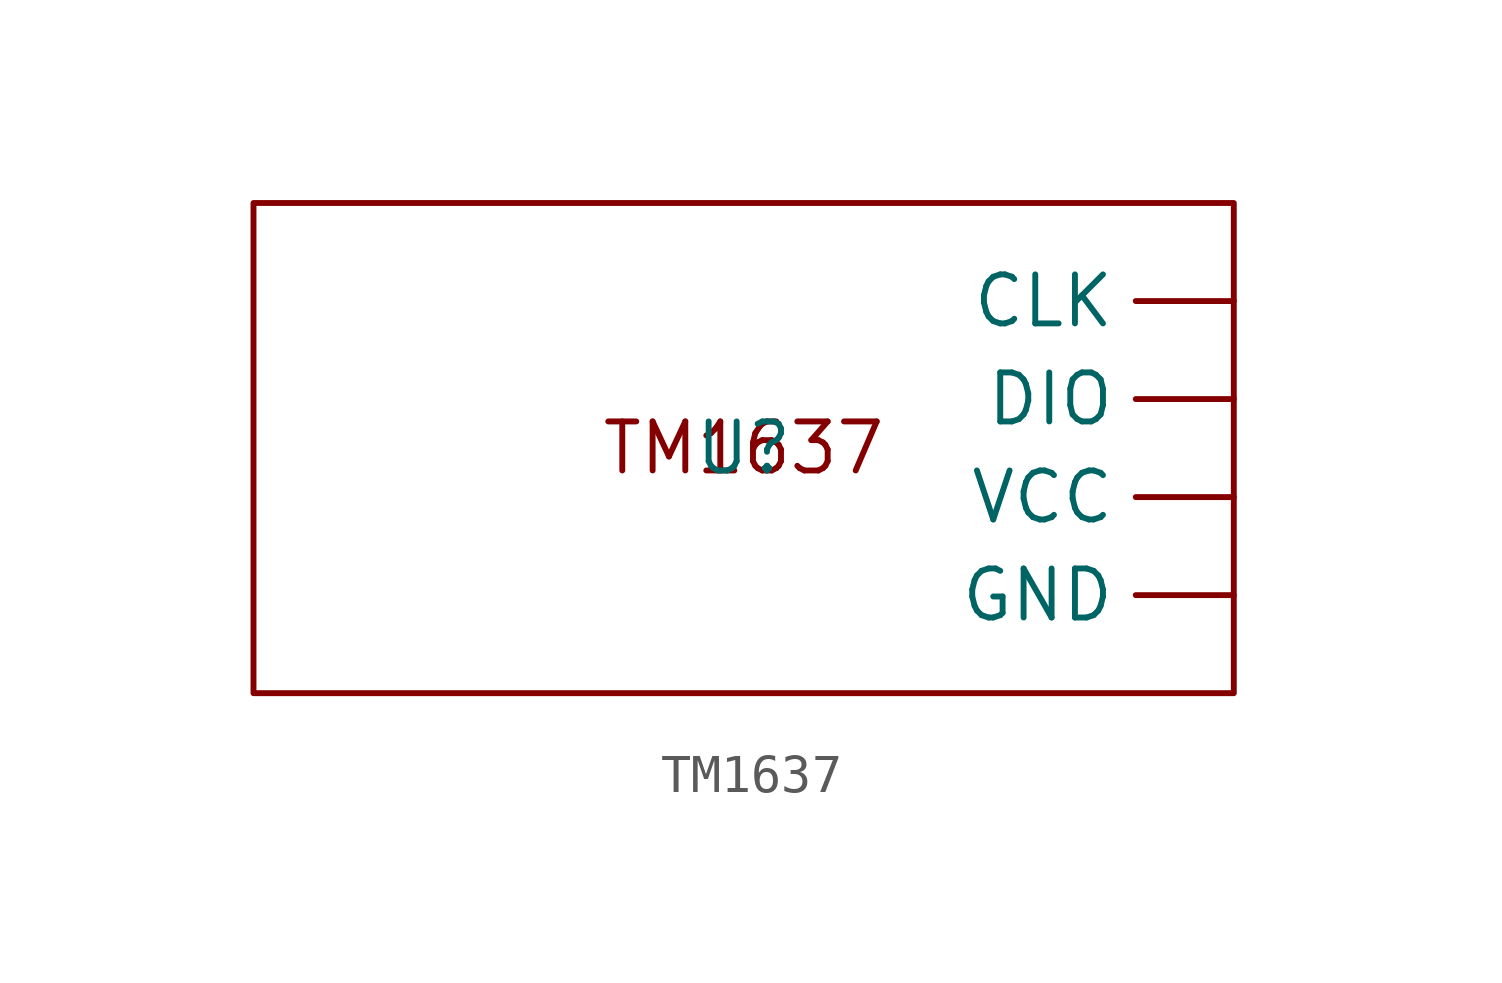
<source format=kicad_sym>
(kicad_symbol_lib
  (version 20220914)
  (generator kicad_symbol_editor)
  (symbol "TM1637"
    (property "Reference" "U"
      (at 0 0 0)
      (effects (font (size 1.27 1.27))))
    (property "Value" ""
      (at 0 0 0)
      (effects (font (size 1.27 1.27))))
    (symbol "TM1637_0_1"
      (rectangle (start -12.7 6.35) (end 12.7 -6.35) (stroke (width 0) (type default)) (fill (type none))))
    (symbol "TM1637_1_1"
      (text "TM1637" (at 0 0 0) (effects (font (size 1.27 1.27))))
      (pin input line (at 12.7 3.81 180) (length 2.54) (name "CLK" (effects (font (size 1.27 1.27)))) (number "" (effects (font (size 1.27 1.27)))))
      (pin input line (at 12.7 1.27 180) (length 2.54) (name "DIO" (effects (font (size 1.27 1.27)))) (number "" (effects (font (size 1.27 1.27)))))
      (pin power_in line (at 12.7 -3.81 180) (length 2.54) (name "GND" (effects (font (size 1.27 1.27)))) (number "" (effects (font (size 1.27 1.27)))))
      (pin power_in line (at 12.7 -1.27 180) (length 2.54) (name "VCC" (effects (font (size 1.27 1.27)))) (number "" (effects (font (size 1.27 1.27))))))))
</source>
